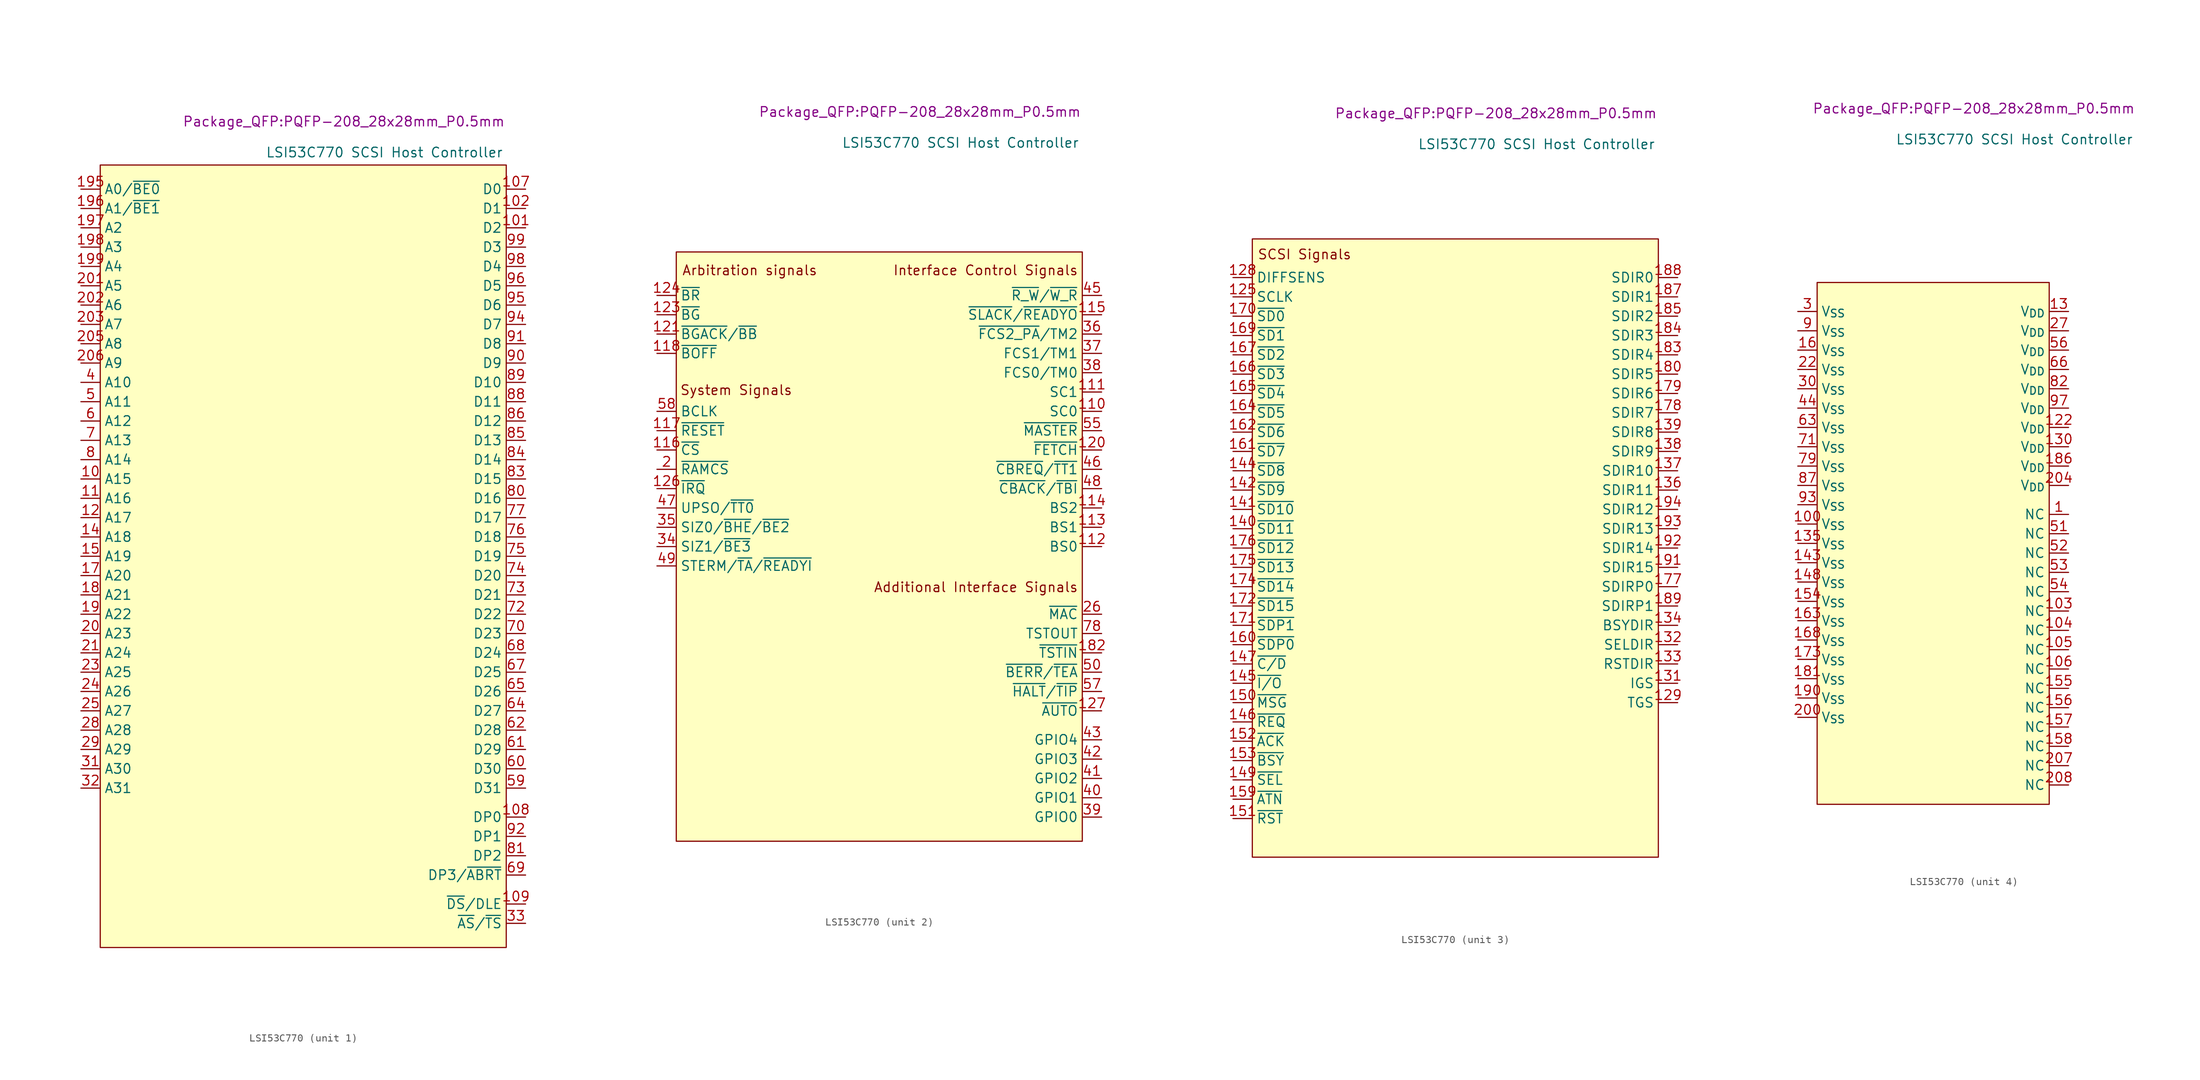
<source format=kicad_sym>
(kicad_symbol_lib
  (version 20241209)
  (generator "kicad_symbol_editor")
  (generator_version "9.0")
  (symbol "LSI53C770"
    (property "Reference" "U"
      (at -25.908 52.832 0)
      (effects (font (size 1.27 1.27)) (hide yes)))
    (property "Value" "LSI53C770 SCSI Host Controller"
      (at 10.668 53.086 0)
      (effects (font (size 1.27 1.27))))
    (property "Footprint" "Package_QFP:PQFP-208_28x28mm_P0.5mm"
      (at 5.334 57.15 0)
      (effects (font (size 1.27 1.27))))
    (property "ki_locked" ""
      (at 0 0 0)
      (effects (font (size 1.27 1.27))))
    (symbol "LSI53C770_1_1"
      (unit_name "Address & Data Bus")
      (rectangle (start -26.67 51.435) (end 26.67 -51.435) (stroke (width 0) (type solid)) (fill (type color) (color 255 255 194 1)))
      (pin input line (at -29.21 48.26 0) (length 2.54) (name "A0/~{BE0}" (effects (font (size 1.27 1.27)))) (number "195" (effects (font (size 1.27 1.27)))))
      (pin input line (at -29.21 45.72 0) (length 2.54) (name "A1/~{BE1}" (effects (font (size 1.27 1.27)))) (number "196" (effects (font (size 1.27 1.27)))))
      (pin input line (at -29.21 43.18 0) (length 2.54) (name "A2" (effects (font (size 1.27 1.27)))) (number "197" (effects (font (size 1.27 1.27)))))
      (pin input line (at -29.21 40.64 0) (length 2.54) (name "A3" (effects (font (size 1.27 1.27)))) (number "198" (effects (font (size 1.27 1.27)))))
      (pin input line (at -29.21 38.1 0) (length 2.54) (name "A4" (effects (font (size 1.27 1.27)))) (number "199" (effects (font (size 1.27 1.27)))))
      (pin input line (at -29.21 35.56 0) (length 2.54) (name "A5" (effects (font (size 1.27 1.27)))) (number "201" (effects (font (size 1.27 1.27)))))
      (pin input line (at -29.21 33.02 0) (length 2.54) (name "A6" (effects (font (size 1.27 1.27)))) (number "202" (effects (font (size 1.27 1.27)))))
      (pin input line (at -29.21 30.48 0) (length 2.54) (name "A7" (effects (font (size 1.27 1.27)))) (number "203" (effects (font (size 1.27 1.27)))))
      (pin input line (at -29.21 27.94 0) (length 2.54) (name "A8" (effects (font (size 1.27 1.27)))) (number "205" (effects (font (size 1.27 1.27)))))
      (pin input line (at -29.21 25.4 0) (length 2.54) (name "A9" (effects (font (size 1.27 1.27)))) (number "206" (effects (font (size 1.27 1.27)))))
      (pin input line (at -29.21 22.86 0) (length 2.54) (name "A10" (effects (font (size 1.27 1.27)))) (number "4" (effects (font (size 1.27 1.27)))))
      (pin input line (at -29.21 20.32 0) (length 2.54) (name "A11" (effects (font (size 1.27 1.27)))) (number "5" (effects (font (size 1.27 1.27)))))
      (pin input line (at -29.21 17.78 0) (length 2.54) (name "A12" (effects (font (size 1.27 1.27)))) (number "6" (effects (font (size 1.27 1.27)))))
      (pin input line (at -29.21 15.24 0) (length 2.54) (name "A13" (effects (font (size 1.27 1.27)))) (number "7" (effects (font (size 1.27 1.27)))))
      (pin input line (at -29.21 12.7 0) (length 2.54) (name "A14" (effects (font (size 1.27 1.27)))) (number "8" (effects (font (size 1.27 1.27)))))
      (pin input line (at -29.21 10.16 0) (length 2.54) (name "A15" (effects (font (size 1.27 1.27)))) (number "10" (effects (font (size 1.27 1.27)))))
      (pin input line (at -29.21 7.62 0) (length 2.54) (name "A16" (effects (font (size 1.27 1.27)))) (number "11" (effects (font (size 1.27 1.27)))))
      (pin input line (at -29.21 5.08 0) (length 2.54) (name "A17" (effects (font (size 1.27 1.27)))) (number "12" (effects (font (size 1.27 1.27)))))
      (pin input line (at -29.21 2.54 0) (length 2.54) (name "A18" (effects (font (size 1.27 1.27)))) (number "14" (effects (font (size 1.27 1.27)))))
      (pin input line (at -29.21 0 0) (length 2.54) (name "A19" (effects (font (size 1.27 1.27)))) (number "15" (effects (font (size 1.27 1.27)))))
      (pin input line (at -29.21 -2.54 0) (length 2.54) (name "A20" (effects (font (size 1.27 1.27)))) (number "17" (effects (font (size 1.27 1.27)))))
      (pin input line (at -29.21 -5.08 0) (length 2.54) (name "A21" (effects (font (size 1.27 1.27)))) (number "18" (effects (font (size 1.27 1.27)))))
      (pin input line (at -29.21 -7.62 0) (length 2.54) (name "A22" (effects (font (size 1.27 1.27)))) (number "19" (effects (font (size 1.27 1.27)))))
      (pin input line (at -29.21 -10.16 0) (length 2.54) (name "A23" (effects (font (size 1.27 1.27)))) (number "20" (effects (font (size 1.27 1.27)))))
      (pin input line (at -29.21 -12.7 0) (length 2.54) (name "A24" (effects (font (size 1.27 1.27)))) (number "21" (effects (font (size 1.27 1.27)))))
      (pin input line (at -29.21 -15.24 0) (length 2.54) (name "A25" (effects (font (size 1.27 1.27)))) (number "23" (effects (font (size 1.27 1.27)))))
      (pin input line (at -29.21 -17.78 0) (length 2.54) (name "A26" (effects (font (size 1.27 1.27)))) (number "24" (effects (font (size 1.27 1.27)))))
      (pin input line (at -29.21 -20.32 0) (length 2.54) (name "A27" (effects (font (size 1.27 1.27)))) (number "25" (effects (font (size 1.27 1.27)))))
      (pin input line (at -29.21 -22.86 0) (length 2.54) (name "A28" (effects (font (size 1.27 1.27)))) (number "28" (effects (font (size 1.27 1.27)))))
      (pin input line (at -29.21 -25.4 0) (length 2.54) (name "A29" (effects (font (size 1.27 1.27)))) (number "29" (effects (font (size 1.27 1.27)))))
      (pin input line (at -29.21 -27.94 0) (length 2.54) (name "A30" (effects (font (size 1.27 1.27)))) (number "31" (effects (font (size 1.27 1.27)))))
      (pin input line (at -29.21 -30.48 0) (length 2.54) (name "A31" (effects (font (size 1.27 1.27)))) (number "32" (effects (font (size 1.27 1.27)))))
      (pin bidirectional line (at 29.21 48.26 180) (length 2.54) (name "D0" (effects (font (size 1.27 1.27)))) (number "107" (effects (font (size 1.27 1.27)))))
      (pin input line (at 29.21 45.72 180) (length 2.54) (name "D1" (effects (font (size 1.27 1.27)))) (number "102" (effects (font (size 1.27 1.27)))))
      (pin input line (at 29.21 43.18 180) (length 2.54) (name "D2" (effects (font (size 1.27 1.27)))) (number "101" (effects (font (size 1.27 1.27)))))
      (pin input line (at 29.21 40.64 180) (length 2.54) (name "D3" (effects (font (size 1.27 1.27)))) (number "99" (effects (font (size 1.27 1.27)))))
      (pin input line (at 29.21 38.1 180) (length 2.54) (name "D4" (effects (font (size 1.27 1.27)))) (number "98" (effects (font (size 1.27 1.27)))))
      (pin input line (at 29.21 35.56 180) (length 2.54) (name "D5" (effects (font (size 1.27 1.27)))) (number "96" (effects (font (size 1.27 1.27)))))
      (pin input line (at 29.21 33.02 180) (length 2.54) (name "D6" (effects (font (size 1.27 1.27)))) (number "95" (effects (font (size 1.27 1.27)))))
      (pin input line (at 29.21 30.48 180) (length 2.54) (name "D7" (effects (font (size 1.27 1.27)))) (number "94" (effects (font (size 1.27 1.27)))))
      (pin input line (at 29.21 27.94 180) (length 2.54) (name "D8" (effects (font (size 1.27 1.27)))) (number "91" (effects (font (size 1.27 1.27)))))
      (pin input line (at 29.21 25.4 180) (length 2.54) (name "D9" (effects (font (size 1.27 1.27)))) (number "90" (effects (font (size 1.27 1.27)))))
      (pin input line (at 29.21 22.86 180) (length 2.54) (name "D10" (effects (font (size 1.27 1.27)))) (number "89" (effects (font (size 1.27 1.27)))))
      (pin input line (at 29.21 20.32 180) (length 2.54) (name "D11" (effects (font (size 1.27 1.27)))) (number "88" (effects (font (size 1.27 1.27)))))
      (pin input line (at 29.21 17.78 180) (length 2.54) (name "D12" (effects (font (size 1.27 1.27)))) (number "86" (effects (font (size 1.27 1.27)))))
      (pin input line (at 29.21 15.24 180) (length 2.54) (name "D13" (effects (font (size 1.27 1.27)))) (number "85" (effects (font (size 1.27 1.27)))))
      (pin input line (at 29.21 12.7 180) (length 2.54) (name "D14" (effects (font (size 1.27 1.27)))) (number "84" (effects (font (size 1.27 1.27)))))
      (pin input line (at 29.21 10.16 180) (length 2.54) (name "D15" (effects (font (size 1.27 1.27)))) (number "83" (effects (font (size 1.27 1.27)))))
      (pin input line (at 29.21 7.62 180) (length 2.54) (name "D16" (effects (font (size 1.27 1.27)))) (number "80" (effects (font (size 1.27 1.27)))))
      (pin input line (at 29.21 5.08 180) (length 2.54) (name "D17" (effects (font (size 1.27 1.27)))) (number "77" (effects (font (size 1.27 1.27)))))
      (pin input line (at 29.21 2.54 180) (length 2.54) (name "D18" (effects (font (size 1.27 1.27)))) (number "76" (effects (font (size 1.27 1.27)))))
      (pin input line (at 29.21 0 180) (length 2.54) (name "D19" (effects (font (size 1.27 1.27)))) (number "75" (effects (font (size 1.27 1.27)))))
      (pin input line (at 29.21 -2.54 180) (length 2.54) (name "D20" (effects (font (size 1.27 1.27)))) (number "74" (effects (font (size 1.27 1.27)))))
      (pin input line (at 29.21 -5.08 180) (length 2.54) (name "D21" (effects (font (size 1.27 1.27)))) (number "73" (effects (font (size 1.27 1.27)))))
      (pin input line (at 29.21 -7.62 180) (length 2.54) (name "D22" (effects (font (size 1.27 1.27)))) (number "72" (effects (font (size 1.27 1.27)))))
      (pin input line (at 29.21 -10.16 180) (length 2.54) (name "D23" (effects (font (size 1.27 1.27)))) (number "70" (effects (font (size 1.27 1.27)))))
      (pin input line (at 29.21 -12.7 180) (length 2.54) (name "D24" (effects (font (size 1.27 1.27)))) (number "68" (effects (font (size 1.27 1.27)))))
      (pin input line (at 29.21 -15.24 180) (length 2.54) (name "D25" (effects (font (size 1.27 1.27)))) (number "67" (effects (font (size 1.27 1.27)))))
      (pin input line (at 29.21 -17.78 180) (length 2.54) (name "D26" (effects (font (size 1.27 1.27)))) (number "65" (effects (font (size 1.27 1.27)))))
      (pin input line (at 29.21 -20.32 180) (length 2.54) (name "D27" (effects (font (size 1.27 1.27)))) (number "64" (effects (font (size 1.27 1.27)))))
      (pin input line (at 29.21 -22.86 180) (length 2.54) (name "D28" (effects (font (size 1.27 1.27)))) (number "62" (effects (font (size 1.27 1.27)))))
      (pin input line (at 29.21 -25.4 180) (length 2.54) (name "D29" (effects (font (size 1.27 1.27)))) (number "61" (effects (font (size 1.27 1.27)))))
      (pin input line (at 29.21 -27.94 180) (length 2.54) (name "D30" (effects (font (size 1.27 1.27)))) (number "60" (effects (font (size 1.27 1.27)))))
      (pin input line (at 29.21 -30.48 180) (length 2.54) (name "D31" (effects (font (size 1.27 1.27)))) (number "59" (effects (font (size 1.27 1.27)))))
      (pin input line (at 29.21 -34.29 180) (length 2.54) (name "DP0" (effects (font (size 1.27 1.27)))) (number "108" (effects (font (size 1.27 1.27)))))
      (pin input line (at 29.21 -36.83 180) (length 2.54) (name "DP1" (effects (font (size 1.27 1.27)))) (number "92" (effects (font (size 1.27 1.27)))))
      (pin input line (at 29.21 -39.37 180) (length 2.54) (name "DP2" (effects (font (size 1.27 1.27)))) (number "81" (effects (font (size 1.27 1.27)))))
      (pin input line (at 29.21 -41.91 180) (length 2.54) (name "DP3/~{ABRT}" (effects (font (size 1.27 1.27)))) (number "69" (effects (font (size 1.27 1.27)))))
      (pin bidirectional line (at 29.21 -45.72 180) (length 2.54) (name "~{DS}/DLE" (effects (font (size 1.27 1.27)))) (number "109" (effects (font (size 1.27 1.27)))))
      (pin input line (at 29.21 -48.26 180) (length 2.54) (name "~{AS}/~{TS}" (effects (font (size 1.27 1.27)))) (number "33" (effects (font (size 1.27 1.27))))))
    (symbol "LSI53C770_2_1"
      (unit_name "Arbitration/System/Interface")
      (rectangle (start -26.67 38.735) (end 26.67 -38.735) (stroke (width 0) (type solid)) (fill (type color) (color 255 255 194 1)))
      (text "System Signals\n" (at -18.796 20.574 0) (effects (font (size 1.27 1.27))))
      (text "Arbitration signals\n" (at -17.018 36.322 0) (effects (font (size 1.27 1.27))))
      (text "Additional Interface Signals\n" (at 12.7 -5.334 0) (effects (font (size 1.27 1.27))))
      (text "Interface Control Signals" (at 13.97 36.322 0) (effects (font (size 1.27 1.27))))
      (pin input line (at -29.21 33.02 0) (length 2.54) (name "~{BR}" (effects (font (size 1.27 1.27)))) (number "124" (effects (font (size 1.27 1.27)))))
      (pin input line (at -29.21 30.48 0) (length 2.54) (name "~{BG}" (effects (font (size 1.27 1.27)))) (number "123" (effects (font (size 1.27 1.27)))))
      (pin input line (at -29.21 27.94 0) (length 2.54) (name "~{BGACK}/~{BB}" (effects (font (size 1.27 1.27)))) (number "121" (effects (font (size 1.27 1.27)))))
      (pin input line (at -29.21 25.4 0) (length 2.54) (name "~{BOFF}" (effects (font (size 1.27 1.27)))) (number "118" (effects (font (size 1.27 1.27)))))
      (pin input line (at -29.21 17.78 0) (length 2.54) (name "BCLK" (effects (font (size 1.27 1.27)))) (number "58" (effects (font (size 1.27 1.27)))))
      (pin input line (at -29.21 15.24 0) (length 2.54) (name "~{RESET}" (effects (font (size 1.27 1.27)))) (number "117" (effects (font (size 1.27 1.27)))))
      (pin input line (at -29.21 12.7 0) (length 2.54) (name "~{CS}" (effects (font (size 1.27 1.27)))) (number "116" (effects (font (size 1.27 1.27)))))
      (pin input line (at -29.21 10.16 0) (length 2.54) (name "~{RAMCS}" (effects (font (size 1.27 1.27)))) (number "2" (effects (font (size 1.27 1.27)))))
      (pin input line (at -29.21 7.62 0) (length 2.54) (name "~{IRQ}" (effects (font (size 1.27 1.27)))) (number "126" (effects (font (size 1.27 1.27)))))
      (pin input line (at -29.21 5.08 0) (length 2.54) (name "UPSO/~{TT0}" (effects (font (size 1.27 1.27)))) (number "47" (effects (font (size 1.27 1.27)))))
      (pin input line (at -29.21 2.54 0) (length 2.54) (name "SIZ0/~{BHE}/~{BE2}" (effects (font (size 1.27 1.27)))) (number "35" (effects (font (size 1.27 1.27)))))
      (pin input line (at -29.21 0 0) (length 2.54) (name "SIZ1/~{BE3}" (effects (font (size 1.27 1.27)))) (number "34" (effects (font (size 1.27 1.27)))))
      (pin input line (at -29.21 -2.54 0) (length 2.54) (name "STERM/~{TA}/~{READYI}" (effects (font (size 1.27 1.27)))) (number "49" (effects (font (size 1.27 1.27)))))
      (pin input line (at 29.21 33.02 180) (length 2.54) (name "~{R_W}/~{W_R}" (effects (font (size 1.27 1.27)))) (number "45" (effects (font (size 1.27 1.27)))))
      (pin input line (at 29.21 30.48 180) (length 2.54) (name "~{SLACK}/~{READYO}" (effects (font (size 1.27 1.27)))) (number "115" (effects (font (size 1.27 1.27)))))
      (pin input line (at 29.21 27.94 180) (length 2.54) (name "~{FCS2_PA}/TM2" (effects (font (size 1.27 1.27)))) (number "36" (effects (font (size 1.27 1.27)))))
      (pin input line (at 29.21 25.4 180) (length 2.54) (name "FCS1/TM1" (effects (font (size 1.27 1.27)))) (number "37" (effects (font (size 1.27 1.27)))))
      (pin input line (at 29.21 22.86 180) (length 2.54) (name "FCS0/TM0" (effects (font (size 1.27 1.27)))) (number "38" (effects (font (size 1.27 1.27)))))
      (pin input line (at 29.21 20.32 180) (length 2.54) (name "SC1" (effects (font (size 1.27 1.27)))) (number "111" (effects (font (size 1.27 1.27)))))
      (pin input line (at 29.21 17.78 180) (length 2.54) (name "SC0" (effects (font (size 1.27 1.27)))) (number "110" (effects (font (size 1.27 1.27)))))
      (pin input line (at 29.21 15.24 180) (length 2.54) (name "~{MASTER}" (effects (font (size 1.27 1.27)))) (number "55" (effects (font (size 1.27 1.27)))))
      (pin input line (at 29.21 12.7 180) (length 2.54) (name "~{FETCH}" (effects (font (size 1.27 1.27)))) (number "120" (effects (font (size 1.27 1.27)))))
      (pin input line (at 29.21 10.16 180) (length 2.54) (name "~{CBREQ}/~{TT1}" (effects (font (size 1.27 1.27)))) (number "46" (effects (font (size 1.27 1.27)))))
      (pin input line (at 29.21 7.62 180) (length 2.54) (name "~{CBACK}/~{TBI}" (effects (font (size 1.27 1.27)))) (number "48" (effects (font (size 1.27 1.27)))))
      (pin input line (at 29.21 5.08 180) (length 2.54) (name "BS2" (effects (font (size 1.27 1.27)))) (number "114" (effects (font (size 1.27 1.27)))))
      (pin input line (at 29.21 2.54 180) (length 2.54) (name "BS1" (effects (font (size 1.27 1.27)))) (number "113" (effects (font (size 1.27 1.27)))))
      (pin input line (at 29.21 0 180) (length 2.54) (name "BS0" (effects (font (size 1.27 1.27)))) (number "112" (effects (font (size 1.27 1.27)))))
      (pin input line (at 29.21 -8.89 180) (length 2.54) (name "~{MAC}" (effects (font (size 1.27 1.27)))) (number "26" (effects (font (size 1.27 1.27)))))
      (pin input line (at 29.21 -11.43 180) (length 2.54) (name "TSTOUT" (effects (font (size 1.27 1.27)))) (number "78" (effects (font (size 1.27 1.27)))))
      (pin input line (at 29.21 -13.97 180) (length 2.54) (name "~{TSTIN}" (effects (font (size 1.27 1.27)))) (number "182" (effects (font (size 1.27 1.27)))))
      (pin input line (at 29.21 -16.51 180) (length 2.54) (name "~{BERR}/~{TEA}" (effects (font (size 1.27 1.27)))) (number "50" (effects (font (size 1.27 1.27)))))
      (pin input line (at 29.21 -19.05 180) (length 2.54) (name "~{HALT}/~{TIP}" (effects (font (size 1.27 1.27)))) (number "57" (effects (font (size 1.27 1.27)))))
      (pin input line (at 29.21 -21.59 180) (length 2.54) (name "~{AUTO}" (effects (font (size 1.27 1.27)))) (number "127" (effects (font (size 1.27 1.27)))))
      (pin input line (at 29.21 -25.4 180) (length 2.54) (name "GPIO4" (effects (font (size 1.27 1.27)))) (number "43" (effects (font (size 1.27 1.27)))))
      (pin input line (at 29.21 -27.94 180) (length 2.54) (name "GPIO3" (effects (font (size 1.27 1.27)))) (number "42" (effects (font (size 1.27 1.27)))))
      (pin input line (at 29.21 -30.48 180) (length 2.54) (name "GPIO2" (effects (font (size 1.27 1.27)))) (number "41" (effects (font (size 1.27 1.27)))))
      (pin input line (at 29.21 -33.02 180) (length 2.54) (name "GPIO1" (effects (font (size 1.27 1.27)))) (number "40" (effects (font (size 1.27 1.27)))))
      (pin input line (at 29.21 -35.56 180) (length 2.54) (name "GPIO0" (effects (font (size 1.27 1.27)))) (number "39" (effects (font (size 1.27 1.27))))))
    (symbol "LSI53C770_3_1"
      (unit_name "SCSI")
      (rectangle (start -26.67 40.64) (end 26.67 -40.64) (stroke (width 0) (type solid)) (fill (type color) (color 255 255 194 1)))
      (text "SCSI Signals\n" (at -19.812 38.608 0) (effects (font (size 1.27 1.27))))
      (pin input line (at -29.21 35.56 0) (length 2.54) (name "DIFFSENS" (effects (font (size 1.27 1.27)))) (number "128" (effects (font (size 1.27 1.27)))))
      (pin input line (at -29.21 33.02 0) (length 2.54) (name "SCLK" (effects (font (size 1.27 1.27)))) (number "125" (effects (font (size 1.27 1.27)))))
      (pin input line (at -29.21 30.48 0) (length 2.54) (name "~{SD0}" (effects (font (size 1.27 1.27)))) (number "170" (effects (font (size 1.27 1.27)))))
      (pin input line (at -29.21 27.94 0) (length 2.54) (name "~{SD1}" (effects (font (size 1.27 1.27)))) (number "169" (effects (font (size 1.27 1.27)))))
      (pin input line (at -29.21 25.4 0) (length 2.54) (name "~{SD2}" (effects (font (size 1.27 1.27)))) (number "167" (effects (font (size 1.27 1.27)))))
      (pin input line (at -29.21 22.86 0) (length 2.54) (name "~{SD3}" (effects (font (size 1.27 1.27)))) (number "166" (effects (font (size 1.27 1.27)))))
      (pin input line (at -29.21 20.32 0) (length 2.54) (name "~{SD4}" (effects (font (size 1.27 1.27)))) (number "165" (effects (font (size 1.27 1.27)))))
      (pin input line (at -29.21 17.78 0) (length 2.54) (name "~{SD5}" (effects (font (size 1.27 1.27)))) (number "164" (effects (font (size 1.27 1.27)))))
      (pin input line (at -29.21 15.24 0) (length 2.54) (name "~{SD6}" (effects (font (size 1.27 1.27)))) (number "162" (effects (font (size 1.27 1.27)))))
      (pin input line (at -29.21 12.7 0) (length 2.54) (name "~{SD7}" (effects (font (size 1.27 1.27)))) (number "161" (effects (font (size 1.27 1.27)))))
      (pin input line (at -29.21 10.16 0) (length 2.54) (name "~{SD8}" (effects (font (size 1.27 1.27)))) (number "144" (effects (font (size 1.27 1.27)))))
      (pin input line (at -29.21 7.62 0) (length 2.54) (name "~{SD9}" (effects (font (size 1.27 1.27)))) (number "142" (effects (font (size 1.27 1.27)))))
      (pin input line (at -29.21 5.08 0) (length 2.54) (name "~{SD10}" (effects (font (size 1.27 1.27)))) (number "141" (effects (font (size 1.27 1.27)))))
      (pin input line (at -29.21 2.54 0) (length 2.54) (name "~{SD11}" (effects (font (size 1.27 1.27)))) (number "140" (effects (font (size 1.27 1.27)))))
      (pin input line (at -29.21 0 0) (length 2.54) (name "~{SD12}" (effects (font (size 1.27 1.27)))) (number "176" (effects (font (size 1.27 1.27)))))
      (pin input line (at -29.21 -2.54 0) (length 2.54) (name "~{SD13}" (effects (font (size 1.27 1.27)))) (number "175" (effects (font (size 1.27 1.27)))))
      (pin input line (at -29.21 -5.08 0) (length 2.54) (name "~{SD14}" (effects (font (size 1.27 1.27)))) (number "174" (effects (font (size 1.27 1.27)))))
      (pin input line (at -29.21 -7.62 0) (length 2.54) (name "~{SD15}" (effects (font (size 1.27 1.27)))) (number "172" (effects (font (size 1.27 1.27)))))
      (pin input line (at -29.21 -10.16 0) (length 2.54) (name "~{SDP1}" (effects (font (size 1.27 1.27)))) (number "171" (effects (font (size 1.27 1.27)))))
      (pin input line (at -29.21 -12.7 0) (length 2.54) (name "~{SDP0}" (effects (font (size 1.27 1.27)))) (number "160" (effects (font (size 1.27 1.27)))))
      (pin input line (at -29.21 -15.24 0) (length 2.54) (name "~{C/D}" (effects (font (size 1.27 1.27)))) (number "147" (effects (font (size 1.27 1.27)))))
      (pin input line (at -29.21 -17.78 0) (length 2.54) (name "~{I/O}" (effects (font (size 1.27 1.27)))) (number "145" (effects (font (size 1.27 1.27)))))
      (pin input line (at -29.21 -20.32 0) (length 2.54) (name "~{MSG}" (effects (font (size 1.27 1.27)))) (number "150" (effects (font (size 1.27 1.27)))))
      (pin input line (at -29.21 -22.86 0) (length 2.54) (name "~{REQ}" (effects (font (size 1.27 1.27)))) (number "146" (effects (font (size 1.27 1.27)))))
      (pin input line (at -29.21 -25.4 0) (length 2.54) (name "~{ACK}" (effects (font (size 1.27 1.27)))) (number "152" (effects (font (size 1.27 1.27)))))
      (pin input line (at -29.21 -27.94 0) (length 2.54) (name "~{BSY}" (effects (font (size 1.27 1.27)))) (number "153" (effects (font (size 1.27 1.27)))))
      (pin input line (at -29.21 -30.48 0) (length 2.54) (name "~{SEL}" (effects (font (size 1.27 1.27)))) (number "149" (effects (font (size 1.27 1.27)))))
      (pin input line (at -29.21 -33.02 0) (length 2.54) (name "~{ATN}" (effects (font (size 1.27 1.27)))) (number "159" (effects (font (size 1.27 1.27)))))
      (pin input line (at -29.21 -35.56 0) (length 2.54) (name "~{RST}" (effects (font (size 1.27 1.27)))) (number "151" (effects (font (size 1.27 1.27)))))
      (pin input line (at 29.21 35.56 180) (length 2.54) (name "SDIR0" (effects (font (size 1.27 1.27)))) (number "188" (effects (font (size 1.27 1.27)))))
      (pin input line (at 29.21 33.02 180) (length 2.54) (name "SDIR1" (effects (font (size 1.27 1.27)))) (number "187" (effects (font (size 1.27 1.27)))))
      (pin input line (at 29.21 30.48 180) (length 2.54) (name "SDIR2" (effects (font (size 1.27 1.27)))) (number "185" (effects (font (size 1.27 1.27)))))
      (pin input line (at 29.21 27.94 180) (length 2.54) (name "SDIR3" (effects (font (size 1.27 1.27)))) (number "184" (effects (font (size 1.27 1.27)))))
      (pin input line (at 29.21 25.4 180) (length 2.54) (name "SDIR4" (effects (font (size 1.27 1.27)))) (number "183" (effects (font (size 1.27 1.27)))))
      (pin input line (at 29.21 22.86 180) (length 2.54) (name "SDIR5" (effects (font (size 1.27 1.27)))) (number "180" (effects (font (size 1.27 1.27)))))
      (pin input line (at 29.21 20.32 180) (length 2.54) (name "SDIR6" (effects (font (size 1.27 1.27)))) (number "179" (effects (font (size 1.27 1.27)))))
      (pin input line (at 29.21 17.78 180) (length 2.54) (name "SDIR7" (effects (font (size 1.27 1.27)))) (number "178" (effects (font (size 1.27 1.27)))))
      (pin input line (at 29.21 15.24 180) (length 2.54) (name "SDIR8" (effects (font (size 1.27 1.27)))) (number "139" (effects (font (size 1.27 1.27)))))
      (pin input line (at 29.21 12.7 180) (length 2.54) (name "SDIR9" (effects (font (size 1.27 1.27)))) (number "138" (effects (font (size 1.27 1.27)))))
      (pin input line (at 29.21 10.16 180) (length 2.54) (name "SDIR10" (effects (font (size 1.27 1.27)))) (number "137" (effects (font (size 1.27 1.27)))))
      (pin input line (at 29.21 7.62 180) (length 2.54) (name "SDIR11" (effects (font (size 1.27 1.27)))) (number "136" (effects (font (size 1.27 1.27)))))
      (pin input line (at 29.21 5.08 180) (length 2.54) (name "SDIR12" (effects (font (size 1.27 1.27)))) (number "194" (effects (font (size 1.27 1.27)))))
      (pin input line (at 29.21 2.54 180) (length 2.54) (name "SDIR13" (effects (font (size 1.27 1.27)))) (number "193" (effects (font (size 1.27 1.27)))))
      (pin input line (at 29.21 0 180) (length 2.54) (name "SDIR14" (effects (font (size 1.27 1.27)))) (number "192" (effects (font (size 1.27 1.27)))))
      (pin input line (at 29.21 -2.54 180) (length 2.54) (name "SDIR15" (effects (font (size 1.27 1.27)))) (number "191" (effects (font (size 1.27 1.27)))))
      (pin input line (at 29.21 -5.08 180) (length 2.54) (name "SDIRP0" (effects (font (size 1.27 1.27)))) (number "177" (effects (font (size 1.27 1.27)))))
      (pin input line (at 29.21 -7.62 180) (length 2.54) (name "SDIRP1" (effects (font (size 1.27 1.27)))) (number "189" (effects (font (size 1.27 1.27)))))
      (pin input line (at 29.21 -10.16 180) (length 2.54) (name "BSYDIR" (effects (font (size 1.27 1.27)))) (number "134" (effects (font (size 1.27 1.27)))))
      (pin input line (at 29.21 -12.7 180) (length 2.54) (name "SELDIR" (effects (font (size 1.27 1.27)))) (number "132" (effects (font (size 1.27 1.27)))))
      (pin input line (at 29.21 -15.24 180) (length 2.54) (name "RSTDIR" (effects (font (size 1.27 1.27)))) (number "133" (effects (font (size 1.27 1.27)))))
      (pin input line (at 29.21 -17.78 180) (length 2.54) (name "IGS" (effects (font (size 1.27 1.27)))) (number "131" (effects (font (size 1.27 1.27)))))
      (pin input line (at 29.21 -20.32 180) (length 2.54) (name "TGS" (effects (font (size 1.27 1.27)))) (number "129" (effects (font (size 1.27 1.27))))))
    (symbol "LSI53C770_4_1"
      (unit_name "Power / Misc")
      (rectangle (start -15.24 34.29) (end 15.24 -34.29) (stroke (width 0) (type solid)) (fill (type color) (color 255 255 194 1)))
      (pin power_in line (at -17.78 30.48 0) (length 2.54) (name "V_{SS}" (effects (font (size 1.27 1.27)))) (number "3" (effects (font (size 1.27 1.27)))))
      (pin power_in line (at -17.78 27.94 0) (length 2.54) (name "V_{SS}" (effects (font (size 1.27 1.27)))) (number "9" (effects (font (size 1.27 1.27)))))
      (pin power_in line (at -17.78 25.4 0) (length 2.54) (name "V_{SS}" (effects (font (size 1.27 1.27)))) (number "16" (effects (font (size 1.27 1.27)))))
      (pin power_in line (at -17.78 22.86 0) (length 2.54) (name "V_{SS}" (effects (font (size 1.27 1.27)))) (number "22" (effects (font (size 1.27 1.27)))))
      (pin power_in line (at -17.78 20.32 0) (length 2.54) (name "V_{SS}" (effects (font (size 1.27 1.27)))) (number "30" (effects (font (size 1.27 1.27)))))
      (pin power_in line (at -17.78 17.78 0) (length 2.54) (name "V_{SS}" (effects (font (size 1.27 1.27)))) (number "44" (effects (font (size 1.27 1.27)))))
      (pin power_in line (at -17.78 15.24 0) (length 2.54) (name "V_{SS}" (effects (font (size 1.27 1.27)))) (number "63" (effects (font (size 1.27 1.27)))))
      (pin power_in line (at -17.78 12.7 0) (length 2.54) (name "V_{SS}" (effects (font (size 1.27 1.27)))) (number "71" (effects (font (size 1.27 1.27)))))
      (pin power_in line (at -17.78 10.16 0) (length 2.54) (name "V_{SS}" (effects (font (size 1.27 1.27)))) (number "79" (effects (font (size 1.27 1.27)))))
      (pin power_in line (at -17.78 7.62 0) (length 2.54) (name "V_{SS}" (effects (font (size 1.27 1.27)))) (number "87" (effects (font (size 1.27 1.27)))))
      (pin power_in line (at -17.78 5.08 0) (length 2.54) (name "V_{SS}" (effects (font (size 1.27 1.27)))) (number "93" (effects (font (size 1.27 1.27)))))
      (pin power_in line (at -17.78 2.54 0) (length 2.54) (name "V_{SS}" (effects (font (size 1.27 1.27)))) (number "100" (effects (font (size 1.27 1.27)))))
      (pin power_in line (at -17.78 0 0) (length 2.54) (name "V_{SS}" (effects (font (size 1.27 1.27)))) (number "135" (effects (font (size 1.27 1.27)))))
      (pin power_in line (at -17.78 -2.54 0) (length 2.54) (name "V_{SS}" (effects (font (size 1.27 1.27)))) (number "143" (effects (font (size 1.27 1.27)))))
      (pin power_in line (at -17.78 -5.08 0) (length 2.54) (name "V_{SS}" (effects (font (size 1.27 1.27)))) (number "148" (effects (font (size 1.27 1.27)))))
      (pin power_in line (at -17.78 -7.62 0) (length 2.54) (name "V_{SS}" (effects (font (size 1.27 1.27)))) (number "154" (effects (font (size 1.27 1.27)))))
      (pin power_in line (at -17.78 -10.16 0) (length 2.54) (name "V_{SS}" (effects (font (size 1.27 1.27)))) (number "163" (effects (font (size 1.27 1.27)))))
      (pin power_in line (at -17.78 -12.7 0) (length 2.54) (name "V_{SS}" (effects (font (size 1.27 1.27)))) (number "168" (effects (font (size 1.27 1.27)))))
      (pin power_in line (at -17.78 -15.24 0) (length 2.54) (name "V_{SS}" (effects (font (size 1.27 1.27)))) (number "173" (effects (font (size 1.27 1.27)))))
      (pin power_in line (at -17.78 -17.78 0) (length 2.54) (name "V_{SS}" (effects (font (size 1.27 1.27)))) (number "181" (effects (font (size 1.27 1.27)))))
      (pin power_in line (at -17.78 -20.32 0) (length 2.54) (name "V_{SS}" (effects (font (size 1.27 1.27)))) (number "190" (effects (font (size 1.27 1.27)))))
      (pin power_in line (at -17.78 -22.86 0) (length 2.54) (name "V_{SS}" (effects (font (size 1.27 1.27)))) (number "200" (effects (font (size 1.27 1.27)))))
      (pin power_in line (at 17.78 30.48 180) (length 2.54) (name "V_{DD}" (effects (font (size 1.27 1.27)))) (number "13" (effects (font (size 1.27 1.27)))))
      (pin power_in line (at 17.78 27.94 180) (length 2.54) (name "V_{DD}" (effects (font (size 1.27 1.27)))) (number "27" (effects (font (size 1.27 1.27)))))
      (pin power_in line (at 17.78 25.4 180) (length 2.54) (name "V_{DD}" (effects (font (size 1.27 1.27)))) (number "56" (effects (font (size 1.27 1.27)))))
      (pin power_in line (at 17.78 22.86 180) (length 2.54) (name "V_{DD}" (effects (font (size 1.27 1.27)))) (number "66" (effects (font (size 1.27 1.27)))))
      (pin power_in line (at 17.78 20.32 180) (length 2.54) (name "V_{DD}" (effects (font (size 1.27 1.27)))) (number "82" (effects (font (size 1.27 1.27)))))
      (pin power_in line (at 17.78 17.78 180) (length 2.54) (name "V_{DD}" (effects (font (size 1.27 1.27)))) (number "97" (effects (font (size 1.27 1.27)))))
      (pin power_in line (at 17.78 15.24 180) (length 2.54) (name "V_{DD}" (effects (font (size 1.27 1.27)))) (number "122" (effects (font (size 1.27 1.27)))))
      (pin power_in line (at 17.78 12.7 180) (length 2.54) (name "V_{DD}" (effects (font (size 1.27 1.27)))) (number "130" (effects (font (size 1.27 1.27)))))
      (pin power_in line (at 17.78 10.16 180) (length 2.54) (name "V_{DD}" (effects (font (size 1.27 1.27)))) (number "186" (effects (font (size 1.27 1.27)))))
      (pin power_in line (at 17.78 7.62 180) (length 2.54) (name "V_{DD}" (effects (font (size 1.27 1.27)))) (number "204" (effects (font (size 1.27 1.27)))))
      (pin power_in line (at 17.78 3.81 180) (length 2.54) (name "NC" (effects (font (size 1.27 1.27)))) (number "1" (effects (font (size 1.27 1.27)))))
      (pin power_in line (at 17.78 1.27 180) (length 2.54) (name "NC" (effects (font (size 1.27 1.27)))) (number "51" (effects (font (size 1.27 1.27)))))
      (pin power_in line (at 17.78 -1.27 180) (length 2.54) (name "NC" (effects (font (size 1.27 1.27)))) (number "52" (effects (font (size 1.27 1.27)))))
      (pin power_in line (at 17.78 -3.81 180) (length 2.54) (name "NC" (effects (font (size 1.27 1.27)))) (number "53" (effects (font (size 1.27 1.27)))))
      (pin power_in line (at 17.78 -6.35 180) (length 2.54) (name "NC" (effects (font (size 1.27 1.27)))) (number "54" (effects (font (size 1.27 1.27)))))
      (pin power_in line (at 17.78 -8.89 180) (length 2.54) (name "NC" (effects (font (size 1.27 1.27)))) (number "103" (effects (font (size 1.27 1.27)))))
      (pin power_in line (at 17.78 -11.43 180) (length 2.54) (name "NC" (effects (font (size 1.27 1.27)))) (number "104" (effects (font (size 1.27 1.27)))))
      (pin power_in line (at 17.78 -13.97 180) (length 2.54) (name "NC" (effects (font (size 1.27 1.27)))) (number "105" (effects (font (size 1.27 1.27)))))
      (pin power_in line (at 17.78 -16.51 180) (length 2.54) (name "NC" (effects (font (size 1.27 1.27)))) (number "106" (effects (font (size 1.27 1.27)))))
      (pin power_in line (at 17.78 -19.05 180) (length 2.54) (name "NC" (effects (font (size 1.27 1.27)))) (number "155" (effects (font (size 1.27 1.27)))))
      (pin power_in line (at 17.78 -21.59 180) (length 2.54) (name "NC" (effects (font (size 1.27 1.27)))) (number "156" (effects (font (size 1.27 1.27)))))
      (pin power_in line (at 17.78 -24.13 180) (length 2.54) (name "NC" (effects (font (size 1.27 1.27)))) (number "157" (effects (font (size 1.27 1.27)))))
      (pin power_in line (at 17.78 -26.67 180) (length 2.54) (name "NC" (effects (font (size 1.27 1.27)))) (number "158" (effects (font (size 1.27 1.27)))))
      (pin power_in line (at 17.78 -29.21 180) (length 2.54) (name "NC" (effects (font (size 1.27 1.27)))) (number "207" (effects (font (size 1.27 1.27)))))
      (pin power_in line (at 17.78 -31.75 180) (length 2.54) (name "NC" (effects (font (size 1.27 1.27)))) (number "208" (effects (font (size 1.27 1.27))))))))
</source>
